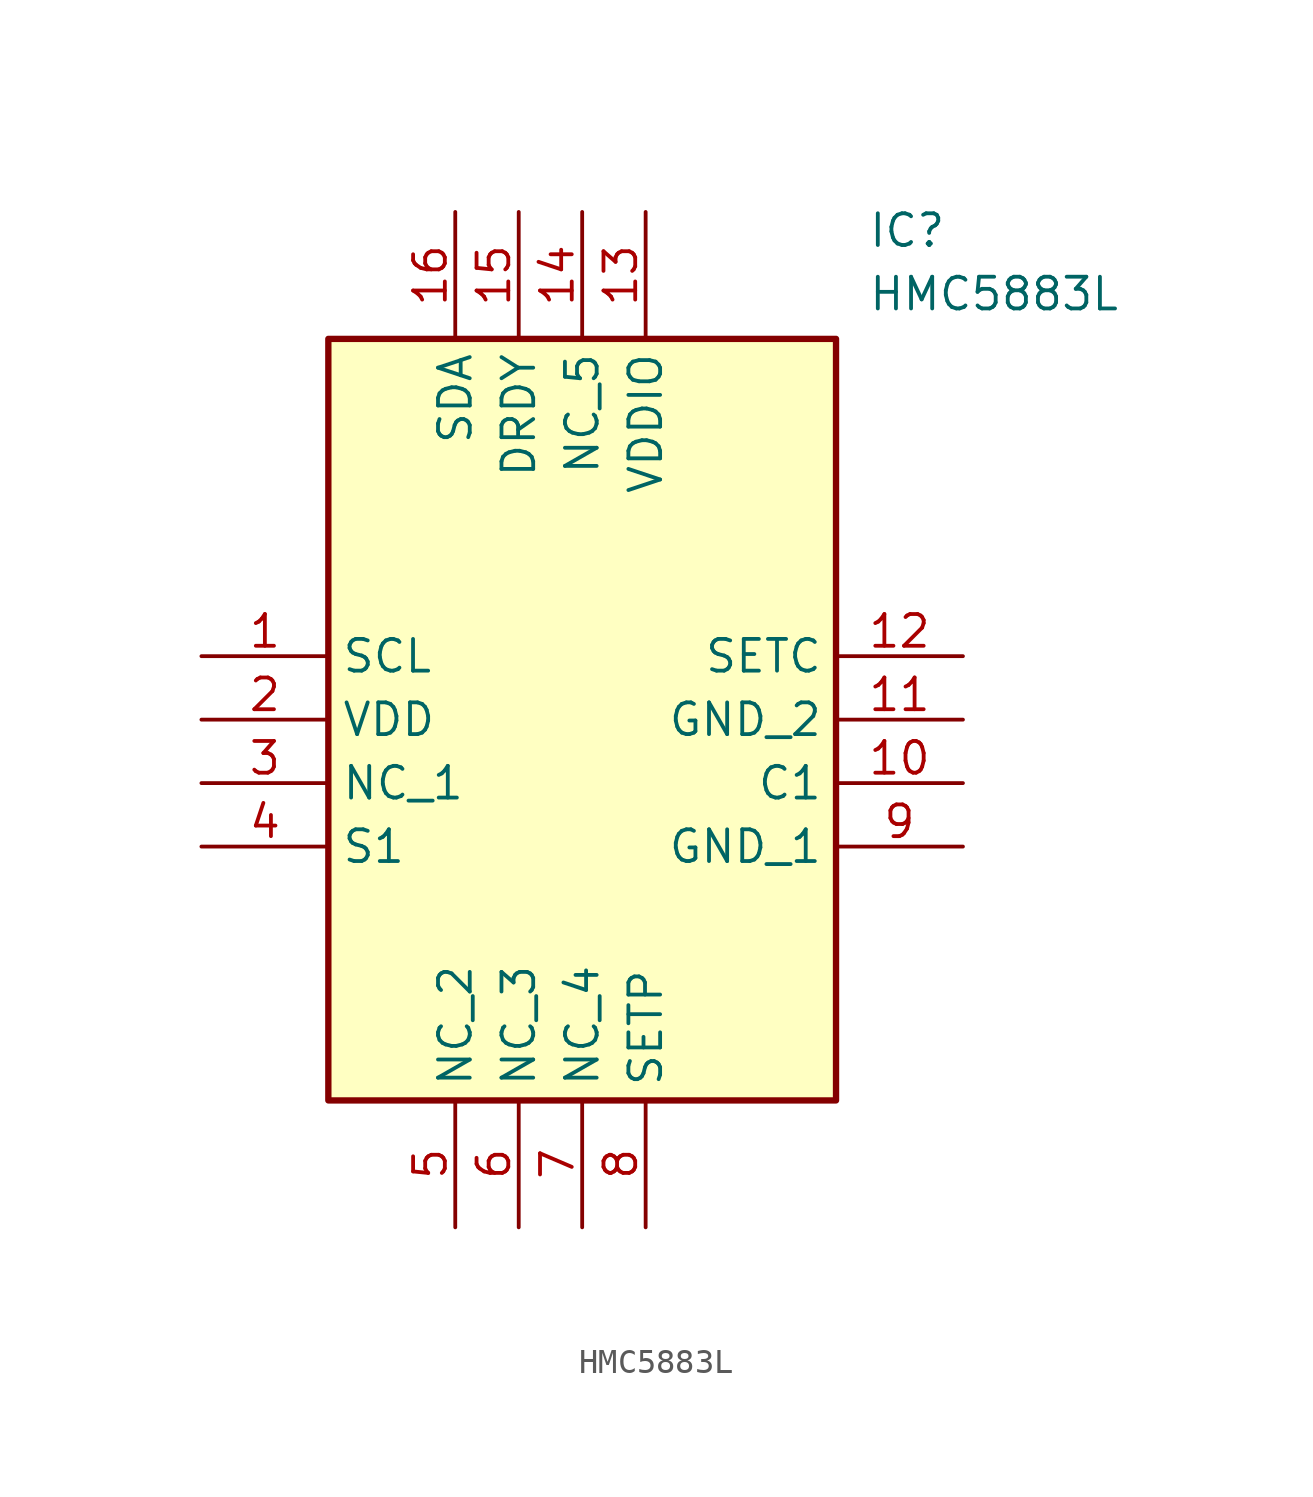
<source format=kicad_sym>
(kicad_symbol_lib
  (version 20211014)
  (generator SamacSys_ECAD_Model)
  (symbol "HMC5883L"
    (property "Reference" "IC"
      (at 26.67 17.78 0)
      (effects (font (size 1.27 1.27)) (justify left top)))
    (property "Value" "HMC5883L"
      (at 26.67 15.24 0)
      (effects (font (size 1.27 1.27)) (justify left top)))
    (rectangle
      (start 5.08 12.7)
      (end 25.4 -17.78)
      (stroke (width 0.254) (type default))
      (fill (type background)))
    (pin passive line
      (at 0 0 0)
      (length 5.08)
      (name "SCL" (effects (font (size 1.27 1.27))))
      (number "1" (effects (font (size 1.27 1.27)))))
    (pin passive line
      (at 0 -2.54 0)
      (length 5.08)
      (name "VDD" (effects (font (size 1.27 1.27))))
      (number "2" (effects (font (size 1.27 1.27)))))
    (pin passive line
      (at 0 -5.08 0)
      (length 5.08)
      (name "NC_1" (effects (font (size 1.27 1.27))))
      (number "3" (effects (font (size 1.27 1.27)))))
    (pin passive line
      (at 0 -7.62 0)
      (length 5.08)
      (name "S1" (effects (font (size 1.27 1.27))))
      (number "4" (effects (font (size 1.27 1.27)))))
    (pin passive line
      (at 10.16 -22.86 90)
      (length 5.08)
      (name "NC_2" (effects (font (size 1.27 1.27))))
      (number "5" (effects (font (size 1.27 1.27)))))
    (pin passive line
      (at 12.7 -22.86 90)
      (length 5.08)
      (name "NC_3" (effects (font (size 1.27 1.27))))
      (number "6" (effects (font (size 1.27 1.27)))))
    (pin passive line
      (at 15.24 -22.86 90)
      (length 5.08)
      (name "NC_4" (effects (font (size 1.27 1.27))))
      (number "7" (effects (font (size 1.27 1.27)))))
    (pin passive line
      (at 17.78 -22.86 90)
      (length 5.08)
      (name "SETP" (effects (font (size 1.27 1.27))))
      (number "8" (effects (font (size 1.27 1.27)))))
    (pin passive line
      (at 30.48 -7.62 180)
      (length 5.08)
      (name "GND_1" (effects (font (size 1.27 1.27))))
      (number "9" (effects (font (size 1.27 1.27)))))
    (pin passive line
      (at 30.48 -5.08 180)
      (length 5.08)
      (name "C1" (effects (font (size 1.27 1.27))))
      (number "10" (effects (font (size 1.27 1.27)))))
    (pin passive line
      (at 30.48 -2.54 180)
      (length 5.08)
      (name "GND_2" (effects (font (size 1.27 1.27))))
      (number "11" (effects (font (size 1.27 1.27)))))
    (pin passive line
      (at 30.48 0 180)
      (length 5.08)
      (name "SETC" (effects (font (size 1.27 1.27))))
      (number "12" (effects (font (size 1.27 1.27)))))
    (pin passive line
      (at 17.78 17.78 270)
      (length 5.08)
      (name "VDDIO" (effects (font (size 1.27 1.27))))
      (number "13" (effects (font (size 1.27 1.27)))))
    (pin passive line
      (at 15.24 17.78 270)
      (length 5.08)
      (name "NC_5" (effects (font (size 1.27 1.27))))
      (number "14" (effects (font (size 1.27 1.27)))))
    (pin passive line
      (at 12.7 17.78 270)
      (length 5.08)
      (name "DRDY" (effects (font (size 1.27 1.27))))
      (number "15" (effects (font (size 1.27 1.27)))))
    (pin passive line
      (at 10.16 17.78 270)
      (length 5.08)
      (name "SDA" (effects (font (size 1.27 1.27))))
      (number "16" (effects (font (size 1.27 1.27)))))))
</source>
